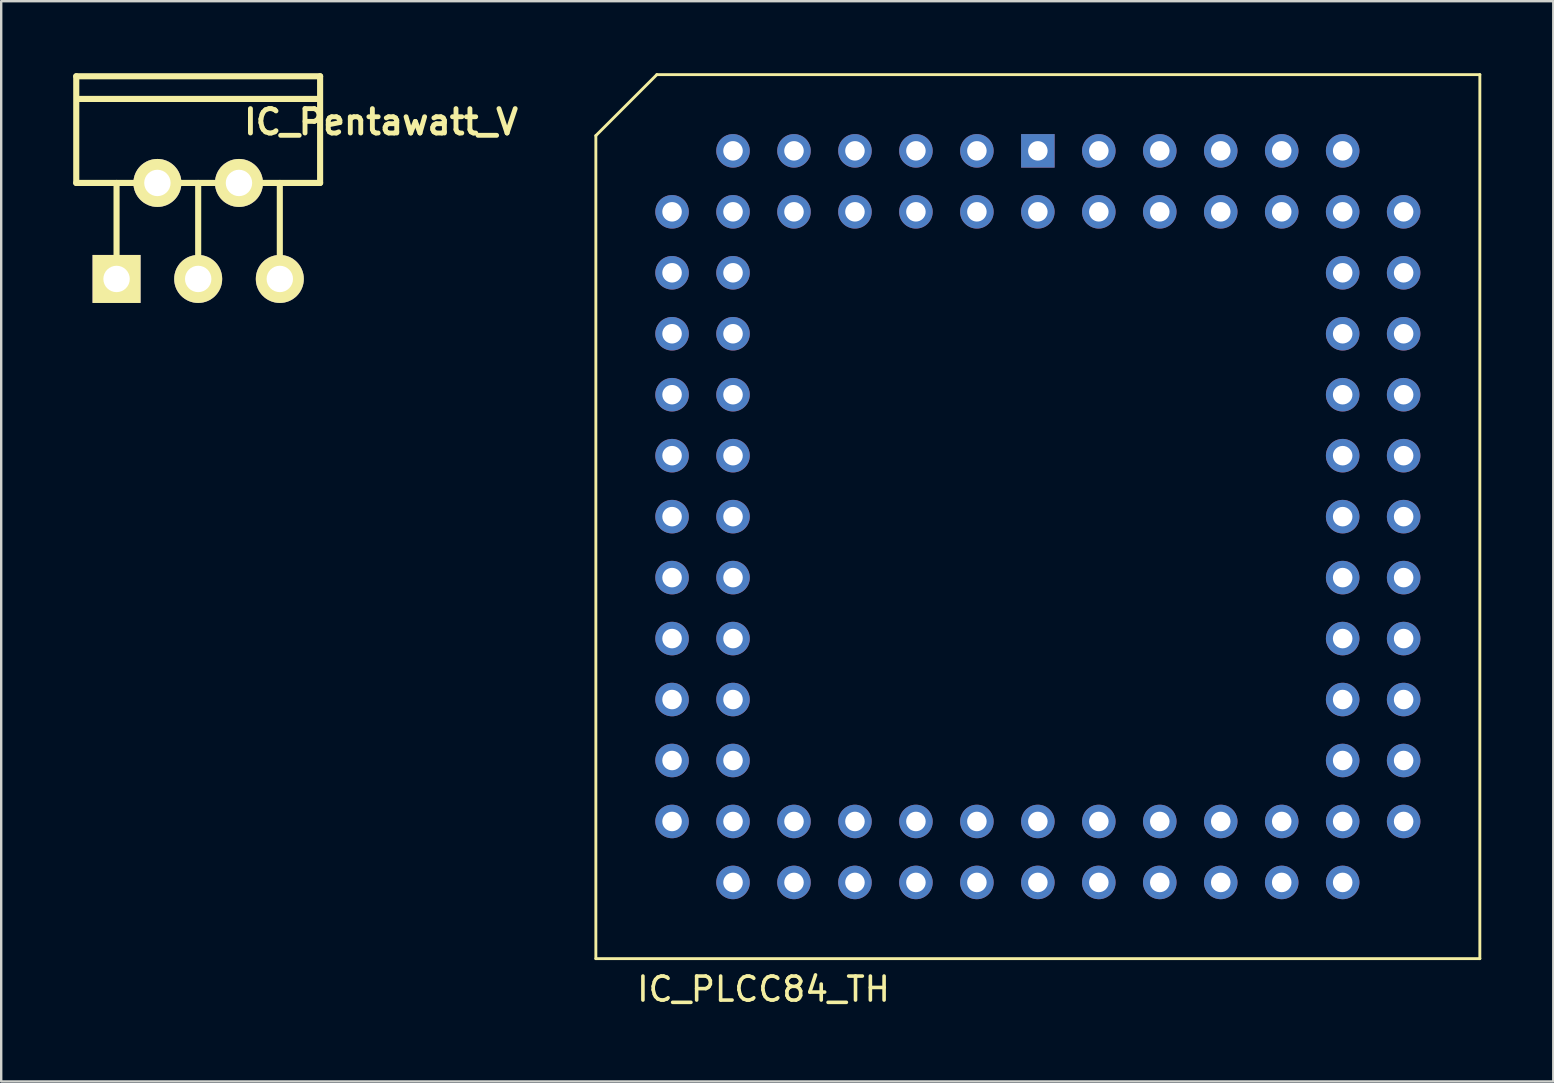
<source format=kicad_pcb>
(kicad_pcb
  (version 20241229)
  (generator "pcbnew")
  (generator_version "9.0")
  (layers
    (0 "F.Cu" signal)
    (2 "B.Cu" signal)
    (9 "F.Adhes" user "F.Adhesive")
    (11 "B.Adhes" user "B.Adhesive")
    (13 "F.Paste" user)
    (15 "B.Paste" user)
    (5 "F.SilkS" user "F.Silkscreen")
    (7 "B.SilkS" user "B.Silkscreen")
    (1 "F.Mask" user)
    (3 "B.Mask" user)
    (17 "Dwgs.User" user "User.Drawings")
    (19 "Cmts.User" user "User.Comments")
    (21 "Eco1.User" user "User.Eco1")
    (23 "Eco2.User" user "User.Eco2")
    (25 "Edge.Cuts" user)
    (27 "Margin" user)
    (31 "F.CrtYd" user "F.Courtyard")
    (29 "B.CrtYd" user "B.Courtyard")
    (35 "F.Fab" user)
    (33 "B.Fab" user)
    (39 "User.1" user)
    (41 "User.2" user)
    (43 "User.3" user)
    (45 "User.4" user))
  (footprint "IC_Pentawatt_V"
    (layer "F.Cu")
    (at 5.207 4.572)
    (property "Reference" "IC_Pentawatt_V" (at 7.62 -2.54 0) (layer "F.SilkS") (effects (font (size 1.016 1.016) (thickness 0.203))))
    (attr through_hole)
    (fp_line (start -5.08 -4.445) (end 5.08 -4.445) (stroke (width 0.254) (type solid)) (layer "F.SilkS"))
    (fp_line (start -5.08 0) (end -5.08 -4.445) (stroke (width 0.254) (type solid)) (layer "F.SilkS"))
    (fp_line (start -3.401 4) (end -3.401 0) (stroke (width 0.254) (type solid)) (layer "F.SilkS"))
    (fp_line (start 0 4) (end 0 0) (stroke (width 0.254) (type solid)) (layer "F.SilkS"))
    (fp_line (start 3.401 4) (end 3.401 0) (stroke (width 0.254) (type solid)) (layer "F.SilkS"))
    (fp_line (start 5.001 -3.5) (end -5.001 -3.5) (stroke (width 0.254) (type solid)) (layer "F.SilkS"))
    (fp_line (start 5.08 -4.445) (end 5.08 0) (stroke (width 0.254) (type solid)) (layer "F.SilkS"))
    (fp_line (start 5.08 0) (end -5.08 0) (stroke (width 0.254) (type solid)) (layer "F.SilkS"))
    (pad "1" thru_hole rect (at -3.401 4) (size 1.999 1.999) (drill 1.1) (layers "*.Cu" "*.Mask" "F.SilkS"))
    (pad "2" thru_hole circle (at -1.699 0) (size 1.999 1.999) (drill 1.1) (layers "*.Cu" "*.Mask" "F.SilkS"))
    (pad "3" thru_hole circle (at 0 4) (size 1.999 1.999) (drill 1.1) (layers "*.Cu" "*.Mask" "F.SilkS"))
    (pad "4" thru_hole circle (at 1.699 0) (size 1.999 1.999) (drill 1.1) (layers "*.Cu" "*.Mask" "F.SilkS"))
    (pad "5" thru_hole circle (at 3.401 4) (size 1.999 1.999) (drill 1.1) (layers "*.Cu" "*.Mask" "F.SilkS")))
  (footprint "IC_PLCC84_TH"
    (layer "F.Cu")
    (at 40.19 18.475)
    (property "Reference" "IC_PLCC84_TH" (at -11.43 19.685 0) (layer "F.SilkS") (effects (font (size 1 1) (thickness 0.15))))
    (attr through_hole)
    (fp_line (start -18.415 -15.875) (end -15.875 -18.415) (stroke (width 0.12) (type solid)) (layer "F.SilkS"))
    (fp_line (start -18.415 18.415) (end -18.415 -15.875) (stroke (width 0.12) (type solid)) (layer "F.SilkS"))
    (fp_line (start -15.875 -18.415) (end 18.415 -18.415) (stroke (width 0.12) (type solid)) (layer "F.SilkS"))
    (fp_line (start 18.415 -18.415) (end 18.415 18.415) (stroke (width 0.12) (type solid)) (layer "F.SilkS"))
    (fp_line (start 18.415 18.415) (end -18.415 18.415) (stroke (width 0.12) (type solid)) (layer "F.SilkS"))
    (pad "1" thru_hole rect (at 0 -15.24 270) (size 1.397 1.397) (drill 0.813) (layers "*.Cu" "*.Mask"))
    (pad "2" thru_hole circle (at 0 -12.7 270) (size 1.397 1.397) (drill 0.813) (layers "*.Cu" "*.Mask"))
    (pad "3" thru_hole circle (at -2.54 -15.24 270) (size 1.397 1.397) (drill 0.813) (layers "*.Cu" "*.Mask"))
    (pad "4" thru_hole circle (at -2.54 -12.7 270) (size 1.397 1.397) (drill 0.813) (layers "*.Cu" "*.Mask"))
    (pad "5" thru_hole circle (at -5.08 -15.24 270) (size 1.397 1.397) (drill 0.813) (layers "*.Cu" "*.Mask"))
    (pad "6" thru_hole circle (at -5.08 -12.7 270) (size 1.397 1.397) (drill 0.813) (layers "*.Cu" "*.Mask"))
    (pad "7" thru_hole circle (at -7.62 -15.24 270) (size 1.397 1.397) (drill 0.813) (layers "*.Cu" "*.Mask"))
    (pad "8" thru_hole circle (at -7.62 -12.7 270) (size 1.397 1.397) (drill 0.813) (layers "*.Cu" "*.Mask"))
    (pad "9" thru_hole circle (at -10.16 -15.24 270) (size 1.397 1.397) (drill 0.813) (layers "*.Cu" "*.Mask"))
    (pad "10" thru_hole circle (at -10.16 -12.7 270) (size 1.397 1.397) (drill 0.813) (layers "*.Cu" "*.Mask"))
    (pad "11" thru_hole circle (at -12.7 -15.24 270) (size 1.397 1.397) (drill 0.813) (layers "*.Cu" "*.Mask"))
    (pad "12" thru_hole circle (at -15.24 -12.7 270) (size 1.397 1.397) (drill 0.813) (layers "*.Cu" "*.Mask"))
    (pad "13" thru_hole circle (at -12.7 -12.7 270) (size 1.397 1.397) (drill 0.813) (layers "*.Cu" "*.Mask"))
    (pad "14" thru_hole circle (at -15.24 -10.16 270) (size 1.397 1.397) (drill 0.813) (layers "*.Cu" "*.Mask"))
    (pad "15" thru_hole circle (at -12.7 -10.16 270) (size 1.397 1.397) (drill 0.813) (layers "*.Cu" "*.Mask"))
    (pad "16" thru_hole circle (at -15.24 -7.62 270) (size 1.397 1.397) (drill 0.813) (layers "*.Cu" "*.Mask"))
    (pad "17" thru_hole circle (at -12.7 -7.62 270) (size 1.397 1.397) (drill 0.813) (layers "*.Cu" "*.Mask"))
    (pad "18" thru_hole circle (at -15.24 -5.08 270) (size 1.397 1.397) (drill 0.813) (layers "*.Cu" "*.Mask"))
    (pad "19" thru_hole circle (at -12.7 -5.08 270) (size 1.397 1.397) (drill 0.813) (layers "*.Cu" "*.Mask"))
    (pad "20" thru_hole circle (at -15.24 -2.54 270) (size 1.397 1.397) (drill 0.813) (layers "*.Cu" "*.Mask"))
    (pad "21" thru_hole circle (at -12.7 -2.54 270) (size 1.397 1.397) (drill 0.813) (layers "*.Cu" "*.Mask"))
    (pad "22" thru_hole circle (at -15.24 0 270) (size 1.397 1.397) (drill 0.813) (layers "*.Cu" "*.Mask"))
    (pad "23" thru_hole circle (at -12.7 0 270) (size 1.397 1.397) (drill 0.813) (layers "*.Cu" "*.Mask"))
    (pad "24" thru_hole circle (at -15.24 2.54 270) (size 1.397 1.397) (drill 0.813) (layers "*.Cu" "*.Mask"))
    (pad "25" thru_hole circle (at -12.7 2.54 270) (size 1.397 1.397) (drill 0.813) (layers "*.Cu" "*.Mask"))
    (pad "26" thru_hole circle (at -15.24 5.08 270) (size 1.397 1.397) (drill 0.813) (layers "*.Cu" "*.Mask"))
    (pad "27" thru_hole circle (at -12.7 5.08 270) (size 1.397 1.397) (drill 0.813) (layers "*.Cu" "*.Mask"))
    (pad "28" thru_hole circle (at -15.24 7.62 270) (size 1.397 1.397) (drill 0.813) (layers "*.Cu" "*.Mask"))
    (pad "29" thru_hole circle (at -12.7 7.62 270) (size 1.397 1.397) (drill 0.813) (layers "*.Cu" "*.Mask"))
    (pad "30" thru_hole circle (at -15.24 10.16 270) (size 1.397 1.397) (drill 0.813) (layers "*.Cu" "*.Mask"))
    (pad "31" thru_hole circle (at -12.7 10.16 270) (size 1.397 1.397) (drill 0.813) (layers "*.Cu" "*.Mask"))
    (pad "32" thru_hole circle (at -15.24 12.7 270) (size 1.397 1.397) (drill 0.813) (layers "*.Cu" "*.Mask"))
    (pad "33" thru_hole circle (at -12.7 15.24 270) (size 1.397 1.397) (drill 0.813) (layers "*.Cu" "*.Mask"))
    (pad "34" thru_hole circle (at -12.7 12.7 270) (size 1.397 1.397) (drill 0.813) (layers "*.Cu" "*.Mask"))
    (pad "35" thru_hole circle (at -10.16 15.24 270) (size 1.397 1.397) (drill 0.813) (layers "*.Cu" "*.Mask"))
    (pad "36" thru_hole circle (at -10.16 12.7 270) (size 1.397 1.397) (drill 0.813) (layers "*.Cu" "*.Mask"))
    (pad "37" thru_hole circle (at -7.62 15.24 270) (size 1.397 1.397) (drill 0.813) (layers "*.Cu" "*.Mask"))
    (pad "38" thru_hole circle (at -7.62 12.7 270) (size 1.397 1.397) (drill 0.813) (layers "*.Cu" "*.Mask"))
    (pad "39" thru_hole circle (at -5.08 15.24 270) (size 1.397 1.397) (drill 0.813) (layers "*.Cu" "*.Mask"))
    (pad "40" thru_hole circle (at -5.08 12.7 270) (size 1.397 1.397) (drill 0.813) (layers "*.Cu" "*.Mask"))
    (pad "41" thru_hole circle (at -2.54 15.24 270) (size 1.397 1.397) (drill 0.813) (layers "*.Cu" "*.Mask"))
    (pad "42" thru_hole circle (at -2.54 12.7 270) (size 1.397 1.397) (drill 0.813) (layers "*.Cu" "*.Mask"))
    (pad "43" thru_hole circle (at 0 15.24 270) (size 1.397 1.397) (drill 0.813) (layers "*.Cu" "*.Mask"))
    (pad "44" thru_hole circle (at 0 12.7 270) (size 1.397 1.397) (drill 0.813) (layers "*.Cu" "*.Mask"))
    (pad "45" thru_hole circle (at 2.54 15.24 270) (size 1.397 1.397) (drill 0.813) (layers "*.Cu" "*.Mask"))
    (pad "46" thru_hole circle (at 2.54 12.7 270) (size 1.397 1.397) (drill 0.813) (layers "*.Cu" "*.Mask"))
    (pad "47" thru_hole circle (at 5.08 15.24 270) (size 1.397 1.397) (drill 0.813) (layers "*.Cu" "*.Mask"))
    (pad "48" thru_hole circle (at 5.08 12.7 270) (size 1.397 1.397) (drill 0.813) (layers "*.Cu" "*.Mask"))
    (pad "49" thru_hole circle (at 7.62 15.24 270) (size 1.397 1.397) (drill 0.813) (layers "*.Cu" "*.Mask"))
    (pad "50" thru_hole circle (at 7.62 12.7 270) (size 1.397 1.397) (drill 0.813) (layers "*.Cu" "*.Mask"))
    (pad "51" thru_hole circle (at 10.16 15.24 270) (size 1.397 1.397) (drill 0.813) (layers "*.Cu" "*.Mask"))
    (pad "52" thru_hole circle (at 10.16 12.7 270) (size 1.397 1.397) (drill 0.813) (layers "*.Cu" "*.Mask"))
    (pad "53" thru_hole circle (at 12.7 15.24 270) (size 1.397 1.397) (drill 0.813) (layers "*.Cu" "*.Mask"))
    (pad "54" thru_hole circle (at 15.24 12.7 270) (size 1.397 1.397) (drill 0.813) (layers "*.Cu" "*.Mask"))
    (pad "55" thru_hole circle (at 12.7 12.7 270) (size 1.397 1.397) (drill 0.813) (layers "*.Cu" "*.Mask"))
    (pad "56" thru_hole circle (at 15.24 10.16 270) (size 1.397 1.397) (drill 0.813) (layers "*.Cu" "*.Mask"))
    (pad "57" thru_hole circle (at 12.7 10.16 270) (size 1.397 1.397) (drill 0.813) (layers "*.Cu" "*.Mask"))
    (pad "58" thru_hole circle (at 15.24 7.62 270) (size 1.397 1.397) (drill 0.813) (layers "*.Cu" "*.Mask"))
    (pad "59" thru_hole circle (at 12.7 7.62 270) (size 1.397 1.397) (drill 0.813) (layers "*.Cu" "*.Mask"))
    (pad "60" thru_hole circle (at 15.24 5.08 270) (size 1.397 1.397) (drill 0.813) (layers "*.Cu" "*.Mask"))
    (pad "61" thru_hole circle (at 12.7 5.08 270) (size 1.397 1.397) (drill 0.813) (layers "*.Cu" "*.Mask"))
    (pad "62" thru_hole circle (at 15.24 2.54 270) (size 1.397 1.397) (drill 0.813) (layers "*.Cu" "*.Mask"))
    (pad "63" thru_hole circle (at 12.7 2.54 270) (size 1.397 1.397) (drill 0.813) (layers "*.Cu" "*.Mask"))
    (pad "64" thru_hole circle (at 15.24 0 270) (size 1.397 1.397) (drill 0.813) (layers "*.Cu" "*.Mask"))
    (pad "65" thru_hole circle (at 12.7 0 270) (size 1.397 1.397) (drill 0.813) (layers "*.Cu" "*.Mask"))
    (pad "66" thru_hole circle (at 15.24 -2.54 270) (size 1.397 1.397) (drill 0.813) (layers "*.Cu" "*.Mask"))
    (pad "67" thru_hole circle (at 12.7 -2.54 270) (size 1.397 1.397) (drill 0.813) (layers "*.Cu" "*.Mask"))
    (pad "68" thru_hole circle (at 15.24 -5.08 270) (size 1.397 1.397) (drill 0.813) (layers "*.Cu" "*.Mask"))
    (pad "69" thru_hole circle (at 12.7 -5.08 270) (size 1.397 1.397) (drill 0.813) (layers "*.Cu" "*.Mask"))
    (pad "70" thru_hole circle (at 15.24 -7.62 270) (size 1.397 1.397) (drill 0.813) (layers "*.Cu" "*.Mask"))
    (pad "71" thru_hole circle (at 12.7 -7.62 270) (size 1.397 1.397) (drill 0.813) (layers "*.Cu" "*.Mask"))
    (pad "72" thru_hole circle (at 15.24 -10.16 270) (size 1.397 1.397) (drill 0.813) (layers "*.Cu" "*.Mask"))
    (pad "73" thru_hole circle (at 12.7 -10.16 270) (size 1.397 1.397) (drill 0.813) (layers "*.Cu" "*.Mask"))
    (pad "74" thru_hole circle (at 15.24 -12.7 270) (size 1.397 1.397) (drill 0.813) (layers "*.Cu" "*.Mask"))
    (pad "75" thru_hole circle (at 12.7 -15.24 270) (size 1.397 1.397) (drill 0.813) (layers "*.Cu" "*.Mask"))
    (pad "76" thru_hole circle (at 12.7 -12.7 270) (size 1.397 1.397) (drill 0.813) (layers "*.Cu" "*.Mask"))
    (pad "77" thru_hole circle (at 10.16 -15.24 270) (size 1.397 1.397) (drill 0.813) (layers "*.Cu" "*.Mask"))
    (pad "78" thru_hole circle (at 10.16 -12.7 270) (size 1.397 1.397) (drill 0.813) (layers "*.Cu" "*.Mask"))
    (pad "79" thru_hole circle (at 7.62 -15.24 270) (size 1.397 1.397) (drill 0.813) (layers "*.Cu" "*.Mask"))
    (pad "80" thru_hole circle (at 7.62 -12.7 270) (size 1.397 1.397) (drill 0.813) (layers "*.Cu" "*.Mask"))
    (pad "81" thru_hole circle (at 5.08 -15.24 270) (size 1.397 1.397) (drill 0.813) (layers "*.Cu" "*.Mask"))
    (pad "82" thru_hole circle (at 5.08 -12.7 270) (size 1.397 1.397) (drill 0.813) (layers "*.Cu" "*.Mask"))
    (pad "83" thru_hole circle (at 2.54 -15.24 270) (size 1.397 1.397) (drill 0.813) (layers "*.Cu" "*.Mask"))
    (pad "84" thru_hole circle (at 2.54 -12.7 270) (size 1.397 1.397) (drill 0.813) (layers "*.Cu" "*.Mask")))
  (gr_rect
    (start -3 -3)
    (end 61.665 42.008)
    (stroke (width 0.1) (type default))
    (fill no)
    (layer "Edge.Cuts")))
</source>
